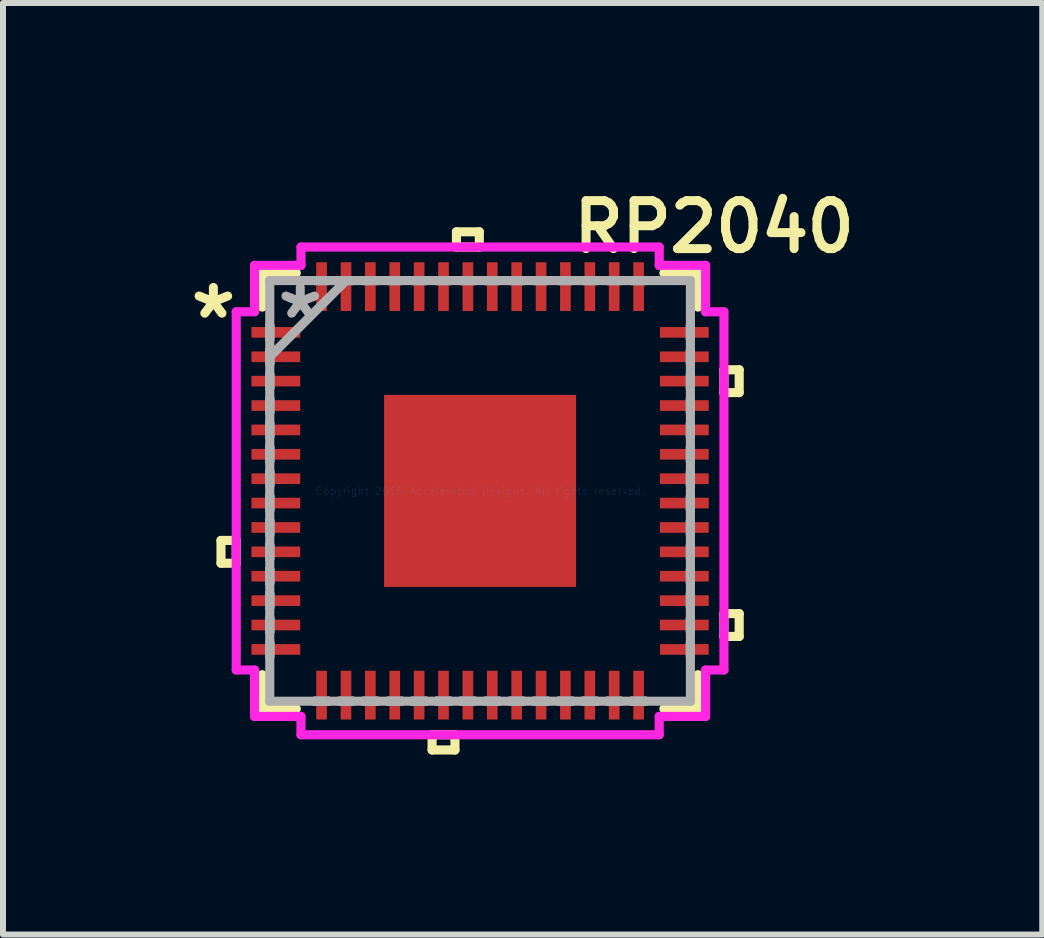
<source format=kicad_pcb>
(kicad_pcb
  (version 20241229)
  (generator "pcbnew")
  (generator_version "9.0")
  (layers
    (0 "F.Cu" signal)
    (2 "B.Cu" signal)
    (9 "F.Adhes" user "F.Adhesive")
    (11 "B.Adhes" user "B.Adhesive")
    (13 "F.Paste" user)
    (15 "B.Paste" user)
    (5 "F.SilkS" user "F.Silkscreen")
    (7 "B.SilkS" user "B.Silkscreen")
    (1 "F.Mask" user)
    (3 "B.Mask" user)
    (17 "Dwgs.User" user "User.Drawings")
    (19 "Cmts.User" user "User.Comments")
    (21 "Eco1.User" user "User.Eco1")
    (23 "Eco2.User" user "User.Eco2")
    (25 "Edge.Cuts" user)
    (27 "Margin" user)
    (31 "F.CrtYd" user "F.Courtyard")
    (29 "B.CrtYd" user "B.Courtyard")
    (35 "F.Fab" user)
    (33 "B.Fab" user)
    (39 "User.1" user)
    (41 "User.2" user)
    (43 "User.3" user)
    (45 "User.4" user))
  (footprint "RP2040"
    (layer "F.Cu")
    (at 4.951 5.131)
    (property "Reference" "RP2040" (at 3.9 -4.4 0) (layer "F.SilkS") (effects (font (size 0.8 0.8) (thickness 0.15))))
    (attr through_hole)
    (fp_line (start -4.318 0.826) (end -4.318 1.206) (stroke (width 0.152) (type solid)) (layer "F.SilkS"))
    (fp_line (start -4.318 1.206) (end -4.064 1.206) (stroke (width 0.152) (type solid)) (layer "F.SilkS"))
    (fp_line (start -4.064 0.826) (end -4.318 0.826) (stroke (width 0.152) (type solid)) (layer "F.SilkS"))
    (fp_line (start -4.064 1.206) (end -4.064 0.826) (stroke (width 0.152) (type solid)) (layer "F.SilkS"))
    (fp_line (start -3.632 -3.632) (end -3.632 -3.063) (stroke (width 0.152) (type solid)) (layer "F.SilkS"))
    (fp_line (start -3.632 3.063) (end -3.632 3.632) (stroke (width 0.152) (type solid)) (layer "F.SilkS"))
    (fp_line (start -3.632 3.632) (end -3.063 3.632) (stroke (width 0.152) (type solid)) (layer "F.SilkS"))
    (fp_line (start -3.063 -3.632) (end -3.632 -3.632) (stroke (width 0.152) (type solid)) (layer "F.SilkS"))
    (fp_line (start -0.8 4.064) (end -0.8 4.318) (stroke (width 0.152) (type solid)) (layer "F.SilkS"))
    (fp_line (start -0.8 4.318) (end -0.419 4.318) (stroke (width 0.152) (type solid)) (layer "F.SilkS"))
    (fp_line (start -0.419 4.064) (end -0.8 4.064) (stroke (width 0.152) (type solid)) (layer "F.SilkS"))
    (fp_line (start -0.419 4.318) (end -0.419 4.064) (stroke (width 0.152) (type solid)) (layer "F.SilkS"))
    (fp_line (start -0.394 -4.318) (end -0.013 -4.318) (stroke (width 0.152) (type solid)) (layer "F.SilkS"))
    (fp_line (start -0.394 -4.064) (end -0.394 -4.318) (stroke (width 0.152) (type solid)) (layer "F.SilkS"))
    (fp_line (start -0.013 -4.318) (end -0.013 -4.064) (stroke (width 0.152) (type solid)) (layer "F.SilkS"))
    (fp_line (start -0.013 -4.064) (end -0.394 -4.064) (stroke (width 0.152) (type solid)) (layer "F.SilkS"))
    (fp_line (start 3.063 3.632) (end 3.632 3.632) (stroke (width 0.152) (type solid)) (layer "F.SilkS"))
    (fp_line (start 3.632 -3.632) (end 3.063 -3.632) (stroke (width 0.152) (type solid)) (layer "F.SilkS"))
    (fp_line (start 3.632 -3.063) (end 3.632 -3.632) (stroke (width 0.152) (type solid)) (layer "F.SilkS"))
    (fp_line (start 3.632 3.632) (end 3.632 3.063) (stroke (width 0.152) (type solid)) (layer "F.SilkS"))
    (fp_line (start 4.064 -2.019) (end 4.318 -2.019) (stroke (width 0.152) (type solid)) (layer "F.SilkS"))
    (fp_line (start 4.064 -1.638) (end 4.064 -2.019) (stroke (width 0.152) (type solid)) (layer "F.SilkS"))
    (fp_line (start 4.064 2.045) (end 4.318 2.045) (stroke (width 0.152) (type solid)) (layer "F.SilkS"))
    (fp_line (start 4.064 2.426) (end 4.064 2.045) (stroke (width 0.152) (type solid)) (layer "F.SilkS"))
    (fp_line (start 4.318 -2.019) (end 4.318 -1.638) (stroke (width 0.152) (type solid)) (layer "F.SilkS"))
    (fp_line (start 4.318 -1.638) (end 4.064 -1.638) (stroke (width 0.152) (type solid)) (layer "F.SilkS"))
    (fp_line (start 4.318 2.045) (end 4.318 2.426) (stroke (width 0.152) (type solid)) (layer "F.SilkS"))
    (fp_line (start 4.318 2.426) (end 4.064 2.426) (stroke (width 0.152) (type solid)) (layer "F.SilkS"))
    (fp_line (start -1.5 -1.5) (end -1.5 -0.1) (stroke (width 0.152) (type solid)) (layer "F.Paste"))
    (fp_line (start -1.5 -0.1) (end -0.1 -0.1) (stroke (width 0.152) (type solid)) (layer "F.Paste"))
    (fp_line (start -1.5 0.1) (end -1.5 1.5) (stroke (width 0.152) (type solid)) (layer "F.Paste"))
    (fp_line (start -1.5 1.5) (end -0.1 1.5) (stroke (width 0.152) (type solid)) (layer "F.Paste"))
    (fp_line (start -0.1 -1.5) (end -1.5 -1.5) (stroke (width 0.152) (type solid)) (layer "F.Paste"))
    (fp_line (start -0.1 -0.1) (end -0.1 -1.5) (stroke (width 0.152) (type solid)) (layer "F.Paste"))
    (fp_line (start -0.1 0.1) (end -1.5 0.1) (stroke (width 0.152) (type solid)) (layer "F.Paste"))
    (fp_line (start -0.1 1.5) (end -0.1 0.1) (stroke (width 0.152) (type solid)) (layer "F.Paste"))
    (fp_line (start 0.1 -1.5) (end 0.1 -0.1) (stroke (width 0.152) (type solid)) (layer "F.Paste"))
    (fp_line (start 0.1 -0.1) (end 1.5 -0.1) (stroke (width 0.152) (type solid)) (layer "F.Paste"))
    (fp_line (start 0.1 0.1) (end 0.1 1.5) (stroke (width 0.152) (type solid)) (layer "F.Paste"))
    (fp_line (start 0.1 1.5) (end 1.5 1.5) (stroke (width 0.152) (type solid)) (layer "F.Paste"))
    (fp_line (start 1.5 -1.5) (end 0.1 -1.5) (stroke (width 0.152) (type solid)) (layer "F.Paste"))
    (fp_line (start 1.5 -0.1) (end 1.5 -1.5) (stroke (width 0.152) (type solid)) (layer "F.Paste"))
    (fp_line (start 1.5 0.1) (end 0.1 0.1) (stroke (width 0.152) (type solid)) (layer "F.Paste"))
    (fp_line (start 1.5 1.5) (end 1.5 0.1) (stroke (width 0.152) (type solid)) (layer "F.Paste"))
    (fp_line (start -4.064 -2.985) (end -3.759 -2.985) (stroke (width 0.152) (type solid)) (layer "F.CrtYd"))
    (fp_line (start -4.064 2.985) (end -4.064 -2.985) (stroke (width 0.152) (type solid)) (layer "F.CrtYd"))
    (fp_line (start -3.759 -3.759) (end -2.985 -3.759) (stroke (width 0.152) (type solid)) (layer "F.CrtYd"))
    (fp_line (start -3.759 -2.985) (end -3.759 -3.759) (stroke (width 0.152) (type solid)) (layer "F.CrtYd"))
    (fp_line (start -3.759 2.985) (end -4.064 2.985) (stroke (width 0.152) (type solid)) (layer "F.CrtYd"))
    (fp_line (start -3.759 3.759) (end -3.759 2.985) (stroke (width 0.152) (type solid)) (layer "F.CrtYd"))
    (fp_line (start -2.985 -4.064) (end 2.985 -4.064) (stroke (width 0.152) (type solid)) (layer "F.CrtYd"))
    (fp_line (start -2.985 -3.759) (end -2.985 -4.064) (stroke (width 0.152) (type solid)) (layer "F.CrtYd"))
    (fp_line (start -2.985 3.759) (end -3.759 3.759) (stroke (width 0.152) (type solid)) (layer "F.CrtYd"))
    (fp_line (start -2.985 4.064) (end -2.985 3.759) (stroke (width 0.152) (type solid)) (layer "F.CrtYd"))
    (fp_line (start 2.985 -4.064) (end 2.985 -3.759) (stroke (width 0.152) (type solid)) (layer "F.CrtYd"))
    (fp_line (start 2.985 -3.759) (end 3.759 -3.759) (stroke (width 0.152) (type solid)) (layer "F.CrtYd"))
    (fp_line (start 2.985 3.759) (end 2.985 4.064) (stroke (width 0.152) (type solid)) (layer "F.CrtYd"))
    (fp_line (start 2.985 4.064) (end -2.985 4.064) (stroke (width 0.152) (type solid)) (layer "F.CrtYd"))
    (fp_line (start 3.759 -3.759) (end 3.759 -2.985) (stroke (width 0.152) (type solid)) (layer "F.CrtYd"))
    (fp_line (start 3.759 -2.985) (end 4.064 -2.985) (stroke (width 0.152) (type solid)) (layer "F.CrtYd"))
    (fp_line (start 3.759 2.985) (end 3.759 3.759) (stroke (width 0.152) (type solid)) (layer "F.CrtYd"))
    (fp_line (start 3.759 3.759) (end 2.985 3.759) (stroke (width 0.152) (type solid)) (layer "F.CrtYd"))
    (fp_line (start 4.064 -2.985) (end 4.064 2.985) (stroke (width 0.152) (type solid)) (layer "F.CrtYd"))
    (fp_line (start 4.064 2.985) (end 3.759 2.985) (stroke (width 0.152) (type solid)) (layer "F.CrtYd"))
    (fp_line (start -3.505 -3.505) (end -3.505 -3.505) (stroke (width 0.152) (type solid)) (layer "F.Fab"))
    (fp_line (start -3.505 -3.505) (end -3.505 3.505) (stroke (width 0.152) (type solid)) (layer "F.Fab"))
    (fp_line (start -3.505 -2.756) (end -3.505 -2.756) (stroke (width 0.152) (type solid)) (layer "F.Fab"))
    (fp_line (start -3.505 -2.756) (end -3.505 -2.527) (stroke (width 0.152) (type solid)) (layer "F.Fab"))
    (fp_line (start -3.505 -2.527) (end -3.505 -2.756) (stroke (width 0.152) (type solid)) (layer "F.Fab"))
    (fp_line (start -3.505 -2.527) (end -3.505 -2.527) (stroke (width 0.152) (type solid)) (layer "F.Fab"))
    (fp_line (start -3.505 -2.349) (end -3.505 -2.349) (stroke (width 0.152) (type solid)) (layer "F.Fab"))
    (fp_line (start -3.505 -2.349) (end -3.505 -2.121) (stroke (width 0.152) (type solid)) (layer "F.Fab"))
    (fp_line (start -3.505 -2.235) (end -2.235 -3.505) (stroke (width 0.152) (type solid)) (layer "F.Fab"))
    (fp_line (start -3.505 -2.121) (end -3.505 -2.349) (stroke (width 0.152) (type solid)) (layer "F.Fab"))
    (fp_line (start -3.505 -2.121) (end -3.505 -2.121) (stroke (width 0.152) (type solid)) (layer "F.Fab"))
    (fp_line (start -3.505 -1.943) (end -3.505 -1.943) (stroke (width 0.152) (type solid)) (layer "F.Fab"))
    (fp_line (start -3.505 -1.943) (end -3.505 -1.714) (stroke (width 0.152) (type solid)) (layer "F.Fab"))
    (fp_line (start -3.505 -1.714) (end -3.505 -1.943) (stroke (width 0.152) (type solid)) (layer "F.Fab"))
    (fp_line (start -3.505 -1.714) (end -3.505 -1.714) (stroke (width 0.152) (type solid)) (layer "F.Fab"))
    (fp_line (start -3.505 -1.537) (end -3.505 -1.537) (stroke (width 0.152) (type solid)) (layer "F.Fab"))
    (fp_line (start -3.505 -1.537) (end -3.505 -1.308) (stroke (width 0.152) (type solid)) (layer "F.Fab"))
    (fp_line (start -3.505 -1.308) (end -3.505 -1.537) (stroke (width 0.152) (type solid)) (layer "F.Fab"))
    (fp_line (start -3.505 -1.308) (end -3.505 -1.308) (stroke (width 0.152) (type solid)) (layer "F.Fab"))
    (fp_line (start -3.505 -1.13) (end -3.505 -1.13) (stroke (width 0.152) (type solid)) (layer "F.Fab"))
    (fp_line (start -3.505 -1.13) (end -3.505 -0.902) (stroke (width 0.152) (type solid)) (layer "F.Fab"))
    (fp_line (start -3.505 -0.902) (end -3.505 -1.13) (stroke (width 0.152) (type solid)) (layer "F.Fab"))
    (fp_line (start -3.505 -0.902) (end -3.505 -0.902) (stroke (width 0.152) (type solid)) (layer "F.Fab"))
    (fp_line (start -3.505 -0.724) (end -3.505 -0.724) (stroke (width 0.152) (type solid)) (layer "F.Fab"))
    (fp_line (start -3.505 -0.724) (end -3.505 -0.495) (stroke (width 0.152) (type solid)) (layer "F.Fab"))
    (fp_line (start -3.505 -0.495) (end -3.505 -0.724) (stroke (width 0.152) (type solid)) (layer "F.Fab"))
    (fp_line (start -3.505 -0.495) (end -3.505 -0.495) (stroke (width 0.152) (type solid)) (layer "F.Fab"))
    (fp_line (start -3.505 -0.318) (end -3.505 -0.318) (stroke (width 0.152) (type solid)) (layer "F.Fab"))
    (fp_line (start -3.505 -0.318) (end -3.505 -0.089) (stroke (width 0.152) (type solid)) (layer "F.Fab"))
    (fp_line (start -3.505 -0.089) (end -3.505 -0.318) (stroke (width 0.152) (type solid)) (layer "F.Fab"))
    (fp_line (start -3.505 -0.089) (end -3.505 -0.089) (stroke (width 0.152) (type solid)) (layer "F.Fab"))
    (fp_line (start -3.505 0.089) (end -3.505 0.089) (stroke (width 0.152) (type solid)) (layer "F.Fab"))
    (fp_line (start -3.505 0.089) (end -3.505 0.318) (stroke (width 0.152) (type solid)) (layer "F.Fab"))
    (fp_line (start -3.505 0.318) (end -3.505 0.089) (stroke (width 0.152) (type solid)) (layer "F.Fab"))
    (fp_line (start -3.505 0.318) (end -3.505 0.318) (stroke (width 0.152) (type solid)) (layer "F.Fab"))
    (fp_line (start -3.505 0.495) (end -3.505 0.495) (stroke (width 0.152) (type solid)) (layer "F.Fab"))
    (fp_line (start -3.505 0.495) (end -3.505 0.724) (stroke (width 0.152) (type solid)) (layer "F.Fab"))
    (fp_line (start -3.505 0.724) (end -3.505 0.495) (stroke (width 0.152) (type solid)) (layer "F.Fab"))
    (fp_line (start -3.505 0.724) (end -3.505 0.724) (stroke (width 0.152) (type solid)) (layer "F.Fab"))
    (fp_line (start -3.505 0.902) (end -3.505 0.902) (stroke (width 0.152) (type solid)) (layer "F.Fab"))
    (fp_line (start -3.505 0.902) (end -3.505 1.13) (stroke (width 0.152) (type solid)) (layer "F.Fab"))
    (fp_line (start -3.505 1.13) (end -3.505 0.902) (stroke (width 0.152) (type solid)) (layer "F.Fab"))
    (fp_line (start -3.505 1.13) (end -3.505 1.13) (stroke (width 0.152) (type solid)) (layer "F.Fab"))
    (fp_line (start -3.505 1.308) (end -3.505 1.308) (stroke (width 0.152) (type solid)) (layer "F.Fab"))
    (fp_line (start -3.505 1.308) (end -3.505 1.537) (stroke (width 0.152) (type solid)) (layer "F.Fab"))
    (fp_line (start -3.505 1.537) (end -3.505 1.308) (stroke (width 0.152) (type solid)) (layer "F.Fab"))
    (fp_line (start -3.505 1.537) (end -3.505 1.537) (stroke (width 0.152) (type solid)) (layer "F.Fab"))
    (fp_line (start -3.505 1.714) (end -3.505 1.714) (stroke (width 0.152) (type solid)) (layer "F.Fab"))
    (fp_line (start -3.505 1.714) (end -3.505 1.943) (stroke (width 0.152) (type solid)) (layer "F.Fab"))
    (fp_line (start -3.505 1.943) (end -3.505 1.714) (stroke (width 0.152) (type solid)) (layer "F.Fab"))
    (fp_line (start -3.505 1.943) (end -3.505 1.943) (stroke (width 0.152) (type solid)) (layer "F.Fab"))
    (fp_line (start -3.505 2.121) (end -3.505 2.121) (stroke (width 0.152) (type solid)) (layer "F.Fab"))
    (fp_line (start -3.505 2.121) (end -3.505 2.349) (stroke (width 0.152) (type solid)) (layer "F.Fab"))
    (fp_line (start -3.505 2.349) (end -3.505 2.121) (stroke (width 0.152) (type solid)) (layer "F.Fab"))
    (fp_line (start -3.505 2.349) (end -3.505 2.349) (stroke (width 0.152) (type solid)) (layer "F.Fab"))
    (fp_line (start -3.505 2.527) (end -3.505 2.527) (stroke (width 0.152) (type solid)) (layer "F.Fab"))
    (fp_line (start -3.505 2.527) (end -3.505 2.756) (stroke (width 0.152) (type solid)) (layer "F.Fab"))
    (fp_line (start -3.505 2.756) (end -3.505 2.527) (stroke (width 0.152) (type solid)) (layer "F.Fab"))
    (fp_line (start -3.505 2.756) (end -3.505 2.756) (stroke (width 0.152) (type solid)) (layer "F.Fab"))
    (fp_line (start -3.505 3.505) (end -3.505 3.505) (stroke (width 0.152) (type solid)) (layer "F.Fab"))
    (fp_line (start -3.505 3.505) (end 3.505 3.505) (stroke (width 0.152) (type solid)) (layer "F.Fab"))
    (fp_line (start -2.756 -3.505) (end -2.756 -3.505) (stroke (width 0.152) (type solid)) (layer "F.Fab"))
    (fp_line (start -2.756 -3.505) (end -2.527 -3.505) (stroke (width 0.152) (type solid)) (layer "F.Fab"))
    (fp_line (start -2.756 3.505) (end -2.756 3.505) (stroke (width 0.152) (type solid)) (layer "F.Fab"))
    (fp_line (start -2.756 3.505) (end -2.527 3.505) (stroke (width 0.152) (type solid)) (layer "F.Fab"))
    (fp_line (start -2.527 -3.505) (end -2.756 -3.505) (stroke (width 0.152) (type solid)) (layer "F.Fab"))
    (fp_line (start -2.527 -3.505) (end -2.527 -3.505) (stroke (width 0.152) (type solid)) (layer "F.Fab"))
    (fp_line (start -2.527 3.505) (end -2.756 3.505) (stroke (width 0.152) (type solid)) (layer "F.Fab"))
    (fp_line (start -2.527 3.505) (end -2.527 3.505) (stroke (width 0.152) (type solid)) (layer "F.Fab"))
    (fp_line (start -2.349 -3.505) (end -2.349 -3.505) (stroke (width 0.152) (type solid)) (layer "F.Fab"))
    (fp_line (start -2.349 -3.505) (end -2.121 -3.505) (stroke (width 0.152) (type solid)) (layer "F.Fab"))
    (fp_line (start -2.349 3.505) (end -2.349 3.505) (stroke (width 0.152) (type solid)) (layer "F.Fab"))
    (fp_line (start -2.349 3.505) (end -2.121 3.505) (stroke (width 0.152) (type solid)) (layer "F.Fab"))
    (fp_line (start -2.121 -3.505) (end -2.349 -3.505) (stroke (width 0.152) (type solid)) (layer "F.Fab"))
    (fp_line (start -2.121 -3.505) (end -2.121 -3.505) (stroke (width 0.152) (type solid)) (layer "F.Fab"))
    (fp_line (start -2.121 3.505) (end -2.349 3.505) (stroke (width 0.152) (type solid)) (layer "F.Fab"))
    (fp_line (start -2.121 3.505) (end -2.121 3.505) (stroke (width 0.152) (type solid)) (layer "F.Fab"))
    (fp_line (start -1.943 -3.505) (end -1.943 -3.505) (stroke (width 0.152) (type solid)) (layer "F.Fab"))
    (fp_line (start -1.943 -3.505) (end -1.714 -3.505) (stroke (width 0.152) (type solid)) (layer "F.Fab"))
    (fp_line (start -1.943 3.505) (end -1.943 3.505) (stroke (width 0.152) (type solid)) (layer "F.Fab"))
    (fp_line (start -1.943 3.505) (end -1.714 3.505) (stroke (width 0.152) (type solid)) (layer "F.Fab"))
    (fp_line (start -1.714 -3.505) (end -1.943 -3.505) (stroke (width 0.152) (type solid)) (layer "F.Fab"))
    (fp_line (start -1.714 -3.505) (end -1.714 -3.505) (stroke (width 0.152) (type solid)) (layer "F.Fab"))
    (fp_line (start -1.714 3.505) (end -1.943 3.505) (stroke (width 0.152) (type solid)) (layer "F.Fab"))
    (fp_line (start -1.714 3.505) (end -1.714 3.505) (stroke (width 0.152) (type solid)) (layer "F.Fab"))
    (fp_line (start -1.537 -3.505) (end -1.537 -3.505) (stroke (width 0.152) (type solid)) (layer "F.Fab"))
    (fp_line (start -1.537 -3.505) (end -1.308 -3.505) (stroke (width 0.152) (type solid)) (layer "F.Fab"))
    (fp_line (start -1.537 3.505) (end -1.537 3.505) (stroke (width 0.152) (type solid)) (layer "F.Fab"))
    (fp_line (start -1.537 3.505) (end -1.308 3.505) (stroke (width 0.152) (type solid)) (layer "F.Fab"))
    (fp_line (start -1.308 -3.505) (end -1.537 -3.505) (stroke (width 0.152) (type solid)) (layer "F.Fab"))
    (fp_line (start -1.308 -3.505) (end -1.308 -3.505) (stroke (width 0.152) (type solid)) (layer "F.Fab"))
    (fp_line (start -1.308 3.505) (end -1.537 3.505) (stroke (width 0.152) (type solid)) (layer "F.Fab"))
    (fp_line (start -1.308 3.505) (end -1.308 3.505) (stroke (width 0.152) (type solid)) (layer "F.Fab"))
    (fp_line (start -1.13 -3.505) (end -1.13 -3.505) (stroke (width 0.152) (type solid)) (layer "F.Fab"))
    (fp_line (start -1.13 -3.505) (end -0.902 -3.505) (stroke (width 0.152) (type solid)) (layer "F.Fab"))
    (fp_line (start -1.13 3.505) (end -1.13 3.505) (stroke (width 0.152) (type solid)) (layer "F.Fab"))
    (fp_line (start -1.13 3.505) (end -0.902 3.505) (stroke (width 0.152) (type solid)) (layer "F.Fab"))
    (fp_line (start -0.902 -3.505) (end -1.13 -3.505) (stroke (width 0.152) (type solid)) (layer "F.Fab"))
    (fp_line (start -0.902 -3.505) (end -0.902 -3.505) (stroke (width 0.152) (type solid)) (layer "F.Fab"))
    (fp_line (start -0.902 3.505) (end -1.13 3.505) (stroke (width 0.152) (type solid)) (layer "F.Fab"))
    (fp_line (start -0.902 3.505) (end -0.902 3.505) (stroke (width 0.152) (type solid)) (layer "F.Fab"))
    (fp_line (start -0.724 -3.505) (end -0.724 -3.505) (stroke (width 0.152) (type solid)) (layer "F.Fab"))
    (fp_line (start -0.724 -3.505) (end -0.495 -3.505) (stroke (width 0.152) (type solid)) (layer "F.Fab"))
    (fp_line (start -0.724 3.505) (end -0.724 3.505) (stroke (width 0.152) (type solid)) (layer "F.Fab"))
    (fp_line (start -0.724 3.505) (end -0.495 3.505) (stroke (width 0.152) (type solid)) (layer "F.Fab"))
    (fp_line (start -0.495 -3.505) (end -0.724 -3.505) (stroke (width 0.152) (type solid)) (layer "F.Fab"))
    (fp_line (start -0.495 -3.505) (end -0.495 -3.505) (stroke (width 0.152) (type solid)) (layer "F.Fab"))
    (fp_line (start -0.495 3.505) (end -0.724 3.505) (stroke (width 0.152) (type solid)) (layer "F.Fab"))
    (fp_line (start -0.495 3.505) (end -0.495 3.505) (stroke (width 0.152) (type solid)) (layer "F.Fab"))
    (fp_line (start -0.318 -3.505) (end -0.318 -3.505) (stroke (width 0.152) (type solid)) (layer "F.Fab"))
    (fp_line (start -0.318 -3.505) (end -0.089 -3.505) (stroke (width 0.152) (type solid)) (layer "F.Fab"))
    (fp_line (start -0.318 3.505) (end -0.318 3.505) (stroke (width 0.152) (type solid)) (layer "F.Fab"))
    (fp_line (start -0.318 3.505) (end -0.089 3.505) (stroke (width 0.152) (type solid)) (layer "F.Fab"))
    (fp_line (start -0.089 -3.505) (end -0.318 -3.505) (stroke (width 0.152) (type solid)) (layer "F.Fab"))
    (fp_line (start -0.089 -3.505) (end -0.089 -3.505) (stroke (width 0.152) (type solid)) (layer "F.Fab"))
    (fp_line (start -0.089 3.505) (end -0.318 3.505) (stroke (width 0.152) (type solid)) (layer "F.Fab"))
    (fp_line (start -0.089 3.505) (end -0.089 3.505) (stroke (width 0.152) (type solid)) (layer "F.Fab"))
    (fp_line (start 0.089 -3.505) (end 0.089 -3.505) (stroke (width 0.152) (type solid)) (layer "F.Fab"))
    (fp_line (start 0.089 -3.505) (end 0.318 -3.505) (stroke (width 0.152) (type solid)) (layer "F.Fab"))
    (fp_line (start 0.089 3.505) (end 0.089 3.505) (stroke (width 0.152) (type solid)) (layer "F.Fab"))
    (fp_line (start 0.089 3.505) (end 0.318 3.505) (stroke (width 0.152) (type solid)) (layer "F.Fab"))
    (fp_line (start 0.318 -3.505) (end 0.089 -3.505) (stroke (width 0.152) (type solid)) (layer "F.Fab"))
    (fp_line (start 0.318 -3.505) (end 0.318 -3.505) (stroke (width 0.152) (type solid)) (layer "F.Fab"))
    (fp_line (start 0.318 3.505) (end 0.089 3.505) (stroke (width 0.152) (type solid)) (layer "F.Fab"))
    (fp_line (start 0.318 3.505) (end 0.318 3.505) (stroke (width 0.152) (type solid)) (layer "F.Fab"))
    (fp_line (start 0.495 -3.505) (end 0.495 -3.505) (stroke (width 0.152) (type solid)) (layer "F.Fab"))
    (fp_line (start 0.495 -3.505) (end 0.724 -3.505) (stroke (width 0.152) (type solid)) (layer "F.Fab"))
    (fp_line (start 0.495 3.505) (end 0.495 3.505) (stroke (width 0.152) (type solid)) (layer "F.Fab"))
    (fp_line (start 0.495 3.505) (end 0.724 3.505) (stroke (width 0.152) (type solid)) (layer "F.Fab"))
    (fp_line (start 0.724 -3.505) (end 0.495 -3.505) (stroke (width 0.152) (type solid)) (layer "F.Fab"))
    (fp_line (start 0.724 -3.505) (end 0.724 -3.505) (stroke (width 0.152) (type solid)) (layer "F.Fab"))
    (fp_line (start 0.724 3.505) (end 0.495 3.505) (stroke (width 0.152) (type solid)) (layer "F.Fab"))
    (fp_line (start 0.724 3.505) (end 0.724 3.505) (stroke (width 0.152) (type solid)) (layer "F.Fab"))
    (fp_line (start 0.902 -3.505) (end 0.902 -3.505) (stroke (width 0.152) (type solid)) (layer "F.Fab"))
    (fp_line (start 0.902 -3.505) (end 1.13 -3.505) (stroke (width 0.152) (type solid)) (layer "F.Fab"))
    (fp_line (start 0.902 3.505) (end 0.902 3.505) (stroke (width 0.152) (type solid)) (layer "F.Fab"))
    (fp_line (start 0.902 3.505) (end 1.13 3.505) (stroke (width 0.152) (type solid)) (layer "F.Fab"))
    (fp_line (start 1.13 -3.505) (end 0.902 -3.505) (stroke (width 0.152) (type solid)) (layer "F.Fab"))
    (fp_line (start 1.13 -3.505) (end 1.13 -3.505) (stroke (width 0.152) (type solid)) (layer "F.Fab"))
    (fp_line (start 1.13 3.505) (end 0.902 3.505) (stroke (width 0.152) (type solid)) (layer "F.Fab"))
    (fp_line (start 1.13 3.505) (end 1.13 3.505) (stroke (width 0.152) (type solid)) (layer "F.Fab"))
    (fp_line (start 1.308 -3.505) (end 1.308 -3.505) (stroke (width 0.152) (type solid)) (layer "F.Fab"))
    (fp_line (start 1.308 -3.505) (end 1.537 -3.505) (stroke (width 0.152) (type solid)) (layer "F.Fab"))
    (fp_line (start 1.308 3.505) (end 1.308 3.505) (stroke (width 0.152) (type solid)) (layer "F.Fab"))
    (fp_line (start 1.308 3.505) (end 1.537 3.505) (stroke (width 0.152) (type solid)) (layer "F.Fab"))
    (fp_line (start 1.537 -3.505) (end 1.308 -3.505) (stroke (width 0.152) (type solid)) (layer "F.Fab"))
    (fp_line (start 1.537 -3.505) (end 1.537 -3.505) (stroke (width 0.152) (type solid)) (layer "F.Fab"))
    (fp_line (start 1.537 3.505) (end 1.308 3.505) (stroke (width 0.152) (type solid)) (layer "F.Fab"))
    (fp_line (start 1.537 3.505) (end 1.537 3.505) (stroke (width 0.152) (type solid)) (layer "F.Fab"))
    (fp_line (start 1.714 -3.505) (end 1.714 -3.505) (stroke (width 0.152) (type solid)) (layer "F.Fab"))
    (fp_line (start 1.714 -3.505) (end 1.943 -3.505) (stroke (width 0.152) (type solid)) (layer "F.Fab"))
    (fp_line (start 1.714 3.505) (end 1.714 3.505) (stroke (width 0.152) (type solid)) (layer "F.Fab"))
    (fp_line (start 1.714 3.505) (end 1.943 3.505) (stroke (width 0.152) (type solid)) (layer "F.Fab"))
    (fp_line (start 1.943 -3.505) (end 1.714 -3.505) (stroke (width 0.152) (type solid)) (layer "F.Fab"))
    (fp_line (start 1.943 -3.505) (end 1.943 -3.505) (stroke (width 0.152) (type solid)) (layer "F.Fab"))
    (fp_line (start 1.943 3.505) (end 1.714 3.505) (stroke (width 0.152) (type solid)) (layer "F.Fab"))
    (fp_line (start 1.943 3.505) (end 1.943 3.505) (stroke (width 0.152) (type solid)) (layer "F.Fab"))
    (fp_line (start 2.121 -3.505) (end 2.121 -3.505) (stroke (width 0.152) (type solid)) (layer "F.Fab"))
    (fp_line (start 2.121 -3.505) (end 2.349 -3.505) (stroke (width 0.152) (type solid)) (layer "F.Fab"))
    (fp_line (start 2.121 3.505) (end 2.121 3.505) (stroke (width 0.152) (type solid)) (layer "F.Fab"))
    (fp_line (start 2.121 3.505) (end 2.349 3.505) (stroke (width 0.152) (type solid)) (layer "F.Fab"))
    (fp_line (start 2.349 -3.505) (end 2.121 -3.505) (stroke (width 0.152) (type solid)) (layer "F.Fab"))
    (fp_line (start 2.349 -3.505) (end 2.349 -3.505) (stroke (width 0.152) (type solid)) (layer "F.Fab"))
    (fp_line (start 2.349 3.505) (end 2.121 3.505) (stroke (width 0.152) (type solid)) (layer "F.Fab"))
    (fp_line (start 2.349 3.505) (end 2.349 3.505) (stroke (width 0.152) (type solid)) (layer "F.Fab"))
    (fp_line (start 2.527 -3.505) (end 2.527 -3.505) (stroke (width 0.152) (type solid)) (layer "F.Fab"))
    (fp_line (start 2.527 -3.505) (end 2.756 -3.505) (stroke (width 0.152) (type solid)) (layer "F.Fab"))
    (fp_line (start 2.527 3.505) (end 2.527 3.505) (stroke (width 0.152) (type solid)) (layer "F.Fab"))
    (fp_line (start 2.527 3.505) (end 2.756 3.505) (stroke (width 0.152) (type solid)) (layer "F.Fab"))
    (fp_line (start 2.756 -3.505) (end 2.527 -3.505) (stroke (width 0.152) (type solid)) (layer "F.Fab"))
    (fp_line (start 2.756 -3.505) (end 2.756 -3.505) (stroke (width 0.152) (type solid)) (layer "F.Fab"))
    (fp_line (start 2.756 3.505) (end 2.527 3.505) (stroke (width 0.152) (type solid)) (layer "F.Fab"))
    (fp_line (start 2.756 3.505) (end 2.756 3.505) (stroke (width 0.152) (type solid)) (layer "F.Fab"))
    (fp_line (start 3.505 -3.505) (end -3.505 -3.505) (stroke (width 0.152) (type solid)) (layer "F.Fab"))
    (fp_line (start 3.505 -3.505) (end 3.505 -3.505) (stroke (width 0.152) (type solid)) (layer "F.Fab"))
    (fp_line (start 3.505 -2.756) (end 3.505 -2.756) (stroke (width 0.152) (type solid)) (layer "F.Fab"))
    (fp_line (start 3.505 -2.756) (end 3.505 -2.527) (stroke (width 0.152) (type solid)) (layer "F.Fab"))
    (fp_line (start 3.505 -2.527) (end 3.505 -2.756) (stroke (width 0.152) (type solid)) (layer "F.Fab"))
    (fp_line (start 3.505 -2.527) (end 3.505 -2.527) (stroke (width 0.152) (type solid)) (layer "F.Fab"))
    (fp_line (start 3.505 -2.349) (end 3.505 -2.349) (stroke (width 0.152) (type solid)) (layer "F.Fab"))
    (fp_line (start 3.505 -2.349) (end 3.505 -2.121) (stroke (width 0.152) (type solid)) (layer "F.Fab"))
    (fp_line (start 3.505 -2.121) (end 3.505 -2.349) (stroke (width 0.152) (type solid)) (layer "F.Fab"))
    (fp_line (start 3.505 -2.121) (end 3.505 -2.121) (stroke (width 0.152) (type solid)) (layer "F.Fab"))
    (fp_line (start 3.505 -1.943) (end 3.505 -1.943) (stroke (width 0.152) (type solid)) (layer "F.Fab"))
    (fp_line (start 3.505 -1.943) (end 3.505 -1.714) (stroke (width 0.152) (type solid)) (layer "F.Fab"))
    (fp_line (start 3.505 -1.714) (end 3.505 -1.943) (stroke (width 0.152) (type solid)) (layer "F.Fab"))
    (fp_line (start 3.505 -1.714) (end 3.505 -1.714) (stroke (width 0.152) (type solid)) (layer "F.Fab"))
    (fp_line (start 3.505 -1.537) (end 3.505 -1.537) (stroke (width 0.152) (type solid)) (layer "F.Fab"))
    (fp_line (start 3.505 -1.537) (end 3.505 -1.308) (stroke (width 0.152) (type solid)) (layer "F.Fab"))
    (fp_line (start 3.505 -1.308) (end 3.505 -1.537) (stroke (width 0.152) (type solid)) (layer "F.Fab"))
    (fp_line (start 3.505 -1.308) (end 3.505 -1.308) (stroke (width 0.152) (type solid)) (layer "F.Fab"))
    (fp_line (start 3.505 -1.13) (end 3.505 -1.13) (stroke (width 0.152) (type solid)) (layer "F.Fab"))
    (fp_line (start 3.505 -1.13) (end 3.505 -0.902) (stroke (width 0.152) (type solid)) (layer "F.Fab"))
    (fp_line (start 3.505 -0.902) (end 3.505 -1.13) (stroke (width 0.152) (type solid)) (layer "F.Fab"))
    (fp_line (start 3.505 -0.902) (end 3.505 -0.902) (stroke (width 0.152) (type solid)) (layer "F.Fab"))
    (fp_line (start 3.505 -0.724) (end 3.505 -0.724) (stroke (width 0.152) (type solid)) (layer "F.Fab"))
    (fp_line (start 3.505 -0.724) (end 3.505 -0.495) (stroke (width 0.152) (type solid)) (layer "F.Fab"))
    (fp_line (start 3.505 -0.495) (end 3.505 -0.724) (stroke (width 0.152) (type solid)) (layer "F.Fab"))
    (fp_line (start 3.505 -0.495) (end 3.505 -0.495) (stroke (width 0.152) (type solid)) (layer "F.Fab"))
    (fp_line (start 3.505 -0.318) (end 3.505 -0.318) (stroke (width 0.152) (type solid)) (layer "F.Fab"))
    (fp_line (start 3.505 -0.318) (end 3.505 -0.089) (stroke (width 0.152) (type solid)) (layer "F.Fab"))
    (fp_line (start 3.505 -0.089) (end 3.505 -0.318) (stroke (width 0.152) (type solid)) (layer "F.Fab"))
    (fp_line (start 3.505 -0.089) (end 3.505 -0.089) (stroke (width 0.152) (type solid)) (layer "F.Fab"))
    (fp_line (start 3.505 0.089) (end 3.505 0.089) (stroke (width 0.152) (type solid)) (layer "F.Fab"))
    (fp_line (start 3.505 0.089) (end 3.505 0.318) (stroke (width 0.152) (type solid)) (layer "F.Fab"))
    (fp_line (start 3.505 0.318) (end 3.505 0.089) (stroke (width 0.152) (type solid)) (layer "F.Fab"))
    (fp_line (start 3.505 0.318) (end 3.505 0.318) (stroke (width 0.152) (type solid)) (layer "F.Fab"))
    (fp_line (start 3.505 0.495) (end 3.505 0.495) (stroke (width 0.152) (type solid)) (layer "F.Fab"))
    (fp_line (start 3.505 0.495) (end 3.505 0.724) (stroke (width 0.152) (type solid)) (layer "F.Fab"))
    (fp_line (start 3.505 0.724) (end 3.505 0.495) (stroke (width 0.152) (type solid)) (layer "F.Fab"))
    (fp_line (start 3.505 0.724) (end 3.505 0.724) (stroke (width 0.152) (type solid)) (layer "F.Fab"))
    (fp_line (start 3.505 0.902) (end 3.505 0.902) (stroke (width 0.152) (type solid)) (layer "F.Fab"))
    (fp_line (start 3.505 0.902) (end 3.505 1.13) (stroke (width 0.152) (type solid)) (layer "F.Fab"))
    (fp_line (start 3.505 1.13) (end 3.505 0.902) (stroke (width 0.152) (type solid)) (layer "F.Fab"))
    (fp_line (start 3.505 1.13) (end 3.505 1.13) (stroke (width 0.152) (type solid)) (layer "F.Fab"))
    (fp_line (start 3.505 1.308) (end 3.505 1.308) (stroke (width 0.152) (type solid)) (layer "F.Fab"))
    (fp_line (start 3.505 1.308) (end 3.505 1.537) (stroke (width 0.152) (type solid)) (layer "F.Fab"))
    (fp_line (start 3.505 1.537) (end 3.505 1.308) (stroke (width 0.152) (type solid)) (layer "F.Fab"))
    (fp_line (start 3.505 1.537) (end 3.505 1.537) (stroke (width 0.152) (type solid)) (layer "F.Fab"))
    (fp_line (start 3.505 1.714) (end 3.505 1.714) (stroke (width 0.152) (type solid)) (layer "F.Fab"))
    (fp_line (start 3.505 1.714) (end 3.505 1.943) (stroke (width 0.152) (type solid)) (layer "F.Fab"))
    (fp_line (start 3.505 1.943) (end 3.505 1.714) (stroke (width 0.152) (type solid)) (layer "F.Fab"))
    (fp_line (start 3.505 1.943) (end 3.505 1.943) (stroke (width 0.152) (type solid)) (layer "F.Fab"))
    (fp_line (start 3.505 2.121) (end 3.505 2.121) (stroke (width 0.152) (type solid)) (layer "F.Fab"))
    (fp_line (start 3.505 2.121) (end 3.505 2.349) (stroke (width 0.152) (type solid)) (layer "F.Fab"))
    (fp_line (start 3.505 2.349) (end 3.505 2.121) (stroke (width 0.152) (type solid)) (layer "F.Fab"))
    (fp_line (start 3.505 2.349) (end 3.505 2.349) (stroke (width 0.152) (type solid)) (layer "F.Fab"))
    (fp_line (start 3.505 2.527) (end 3.505 2.527) (stroke (width 0.152) (type solid)) (layer "F.Fab"))
    (fp_line (start 3.505 2.527) (end 3.505 2.756) (stroke (width 0.152) (type solid)) (layer "F.Fab"))
    (fp_line (start 3.505 2.756) (end 3.505 2.527) (stroke (width 0.152) (type solid)) (layer "F.Fab"))
    (fp_line (start 3.505 2.756) (end 3.505 2.756) (stroke (width 0.152) (type solid)) (layer "F.Fab"))
    (fp_line (start 3.505 3.505) (end 3.505 -3.505) (stroke (width 0.152) (type solid)) (layer "F.Fab"))
    (fp_line (start 3.505 3.505) (end 3.505 3.505) (stroke (width 0.152) (type solid)) (layer "F.Fab"))
    (fp_text user "*" (at -4.445 -2.845 0) (layer "F.SilkS") (effects (font (size 1 1) (thickness 0.15))))
    (fp_text user "Copyright 2016 Accelerated Designs. All rights reserved." (at 0 0 0) (layer "Cmts.User") (effects (font (size 0.127 0.127) (thickness 0.002))))
    (fp_text user "*" (at -2.997 -2.845 0) (layer "F.Fab") (effects (font (size 1 1) (thickness 0.15))))
    (pad "1" smd rect (at -3.404 -2.642 90) (size 0.178 0.813) (layers "F.Cu" "F.Mask" "F.Paste"))
    (pad "2" smd rect (at -3.404 -2.235 90) (size 0.178 0.813) (layers "F.Cu" "F.Mask" "F.Paste"))
    (pad "3" smd rect (at -3.404 -1.829 90) (size 0.178 0.813) (layers "F.Cu" "F.Mask" "F.Paste"))
    (pad "4" smd rect (at -3.404 -1.422 90) (size 0.178 0.813) (layers "F.Cu" "F.Mask" "F.Paste"))
    (pad "5" smd rect (at -3.404 -1.016 90) (size 0.178 0.813) (layers "F.Cu" "F.Mask" "F.Paste"))
    (pad "6" smd rect (at -3.404 -0.61 90) (size 0.178 0.813) (layers "F.Cu" "F.Mask" "F.Paste"))
    (pad "7" smd rect (at -3.404 -0.203 90) (size 0.178 0.813) (layers "F.Cu" "F.Mask" "F.Paste"))
    (pad "8" smd rect (at -3.404 0.203 90) (size 0.178 0.813) (layers "F.Cu" "F.Mask" "F.Paste"))
    (pad "9" smd rect (at -3.404 0.61 90) (size 0.178 0.813) (layers "F.Cu" "F.Mask" "F.Paste"))
    (pad "10" smd rect (at -3.404 1.016 90) (size 0.178 0.813) (layers "F.Cu" "F.Mask" "F.Paste"))
    (pad "11" smd rect (at -3.404 1.422 90) (size 0.178 0.813) (layers "F.Cu" "F.Mask" "F.Paste"))
    (pad "12" smd rect (at -3.404 1.829 90) (size 0.178 0.813) (layers "F.Cu" "F.Mask" "F.Paste"))
    (pad "13" smd rect (at -3.404 2.235 90) (size 0.178 0.813) (layers "F.Cu" "F.Mask" "F.Paste"))
    (pad "14" smd rect (at -3.404 2.642 90) (size 0.178 0.813) (layers "F.Cu" "F.Mask" "F.Paste"))
    (pad "15" smd rect (at -2.642 3.404) (size 0.178 0.813) (layers "F.Cu" "F.Mask" "F.Paste"))
    (pad "16" smd rect (at -2.235 3.404) (size 0.178 0.813) (layers "F.Cu" "F.Mask" "F.Paste"))
    (pad "17" smd rect (at -1.829 3.404) (size 0.178 0.813) (layers "F.Cu" "F.Mask" "F.Paste"))
    (pad "18" smd rect (at -1.422 3.404) (size 0.178 0.813) (layers "F.Cu" "F.Mask" "F.Paste"))
    (pad "19" smd rect (at -1.016 3.404) (size 0.178 0.813) (layers "F.Cu" "F.Mask" "F.Paste"))
    (pad "20" smd rect (at -0.61 3.404) (size 0.178 0.813) (layers "F.Cu" "F.Mask" "F.Paste"))
    (pad "21" smd rect (at -0.203 3.404) (size 0.178 0.813) (layers "F.Cu" "F.Mask" "F.Paste"))
    (pad "22" smd rect (at 0.203 3.404) (size 0.178 0.813) (layers "F.Cu" "F.Mask" "F.Paste"))
    (pad "23" smd rect (at 0.61 3.404) (size 0.178 0.813) (layers "F.Cu" "F.Mask" "F.Paste"))
    (pad "24" smd rect (at 1.016 3.404) (size 0.178 0.813) (layers "F.Cu" "F.Mask" "F.Paste"))
    (pad "25" smd rect (at 1.422 3.404) (size 0.178 0.813) (layers "F.Cu" "F.Mask" "F.Paste"))
    (pad "26" smd rect (at 1.829 3.404) (size 0.178 0.813) (layers "F.Cu" "F.Mask" "F.Paste"))
    (pad "27" smd rect (at 2.235 3.404) (size 0.178 0.813) (layers "F.Cu" "F.Mask" "F.Paste"))
    (pad "28" smd rect (at 2.642 3.404) (size 0.178 0.813) (layers "F.Cu" "F.Mask" "F.Paste"))
    (pad "29" smd rect (at 3.404 2.642 90) (size 0.178 0.813) (layers "F.Cu" "F.Mask" "F.Paste"))
    (pad "30" smd rect (at 3.404 2.235 90) (size 0.178 0.813) (layers "F.Cu" "F.Mask" "F.Paste"))
    (pad "31" smd rect (at 3.404 1.829 90) (size 0.178 0.813) (layers "F.Cu" "F.Mask" "F.Paste"))
    (pad "32" smd rect (at 3.404 1.422 90) (size 0.178 0.813) (layers "F.Cu" "F.Mask" "F.Paste"))
    (pad "33" smd rect (at 3.404 1.016 90) (size 0.178 0.813) (layers "F.Cu" "F.Mask" "F.Paste"))
    (pad "34" smd rect (at 3.404 0.61 90) (size 0.178 0.813) (layers "F.Cu" "F.Mask" "F.Paste"))
    (pad "35" smd rect (at 3.404 0.203 90) (size 0.178 0.813) (layers "F.Cu" "F.Mask" "F.Paste"))
    (pad "36" smd rect (at 3.404 -0.203 90) (size 0.178 0.813) (layers "F.Cu" "F.Mask" "F.Paste"))
    (pad "37" smd rect (at 3.404 -0.61 90) (size 0.178 0.813) (layers "F.Cu" "F.Mask" "F.Paste"))
    (pad "38" smd rect (at 3.404 -1.016 90) (size 0.178 0.813) (layers "F.Cu" "F.Mask" "F.Paste"))
    (pad "39" smd rect (at 3.404 -1.422 90) (size 0.178 0.813) (layers "F.Cu" "F.Mask" "F.Paste"))
    (pad "40" smd rect (at 3.404 -1.829 90) (size 0.178 0.813) (layers "F.Cu" "F.Mask" "F.Paste"))
    (pad "41" smd rect (at 3.404 -2.235 90) (size 0.178 0.813) (layers "F.Cu" "F.Mask" "F.Paste"))
    (pad "42" smd rect (at 3.404 -2.642 90) (size 0.178 0.813) (layers "F.Cu" "F.Mask" "F.Paste"))
    (pad "43" smd rect (at 2.642 -3.404) (size 0.178 0.813) (layers "F.Cu" "F.Mask" "F.Paste"))
    (pad "44" smd rect (at 2.235 -3.404) (size 0.178 0.813) (layers "F.Cu" "F.Mask" "F.Paste"))
    (pad "45" smd rect (at 1.829 -3.404) (size 0.178 0.813) (layers "F.Cu" "F.Mask" "F.Paste"))
    (pad "46" smd rect (at 1.422 -3.404) (size 0.178 0.813) (layers "F.Cu" "F.Mask" "F.Paste"))
    (pad "47" smd rect (at 1.016 -3.404) (size 0.178 0.813) (layers "F.Cu" "F.Mask" "F.Paste"))
    (pad "48" smd rect (at 0.61 -3.404) (size 0.178 0.813) (layers "F.Cu" "F.Mask" "F.Paste"))
    (pad "49" smd rect (at 0.203 -3.404) (size 0.178 0.813) (layers "F.Cu" "F.Mask" "F.Paste"))
    (pad "50" smd rect (at -0.203 -3.404) (size 0.178 0.813) (layers "F.Cu" "F.Mask" "F.Paste"))
    (pad "51" smd rect (at -0.61 -3.404) (size 0.178 0.813) (layers "F.Cu" "F.Mask" "F.Paste"))
    (pad "52" smd rect (at -1.016 -3.404) (size 0.178 0.813) (layers "F.Cu" "F.Mask" "F.Paste"))
    (pad "53" smd rect (at -1.422 -3.404) (size 0.178 0.813) (layers "F.Cu" "F.Mask" "F.Paste"))
    (pad "54" smd rect (at -1.829 -3.404) (size 0.178 0.813) (layers "F.Cu" "F.Mask" "F.Paste"))
    (pad "55" smd rect (at -2.235 -3.404) (size 0.178 0.813) (layers "F.Cu" "F.Mask" "F.Paste"))
    (pad "56" smd rect (at -2.642 -3.404) (size 0.178 0.813) (layers "F.Cu" "F.Mask" "F.Paste"))
    (pad "57" smd rect (at 0 0) (size 3.2 3.2) (layers "F.Cu" "F.Mask" "F.Paste")))
  (gr_rect
    (start -3 -3)
    (end 14.32 12.525)
    (stroke (width 0.1) (type default))
    (fill no)
    (layer "Edge.Cuts")))
</source>
